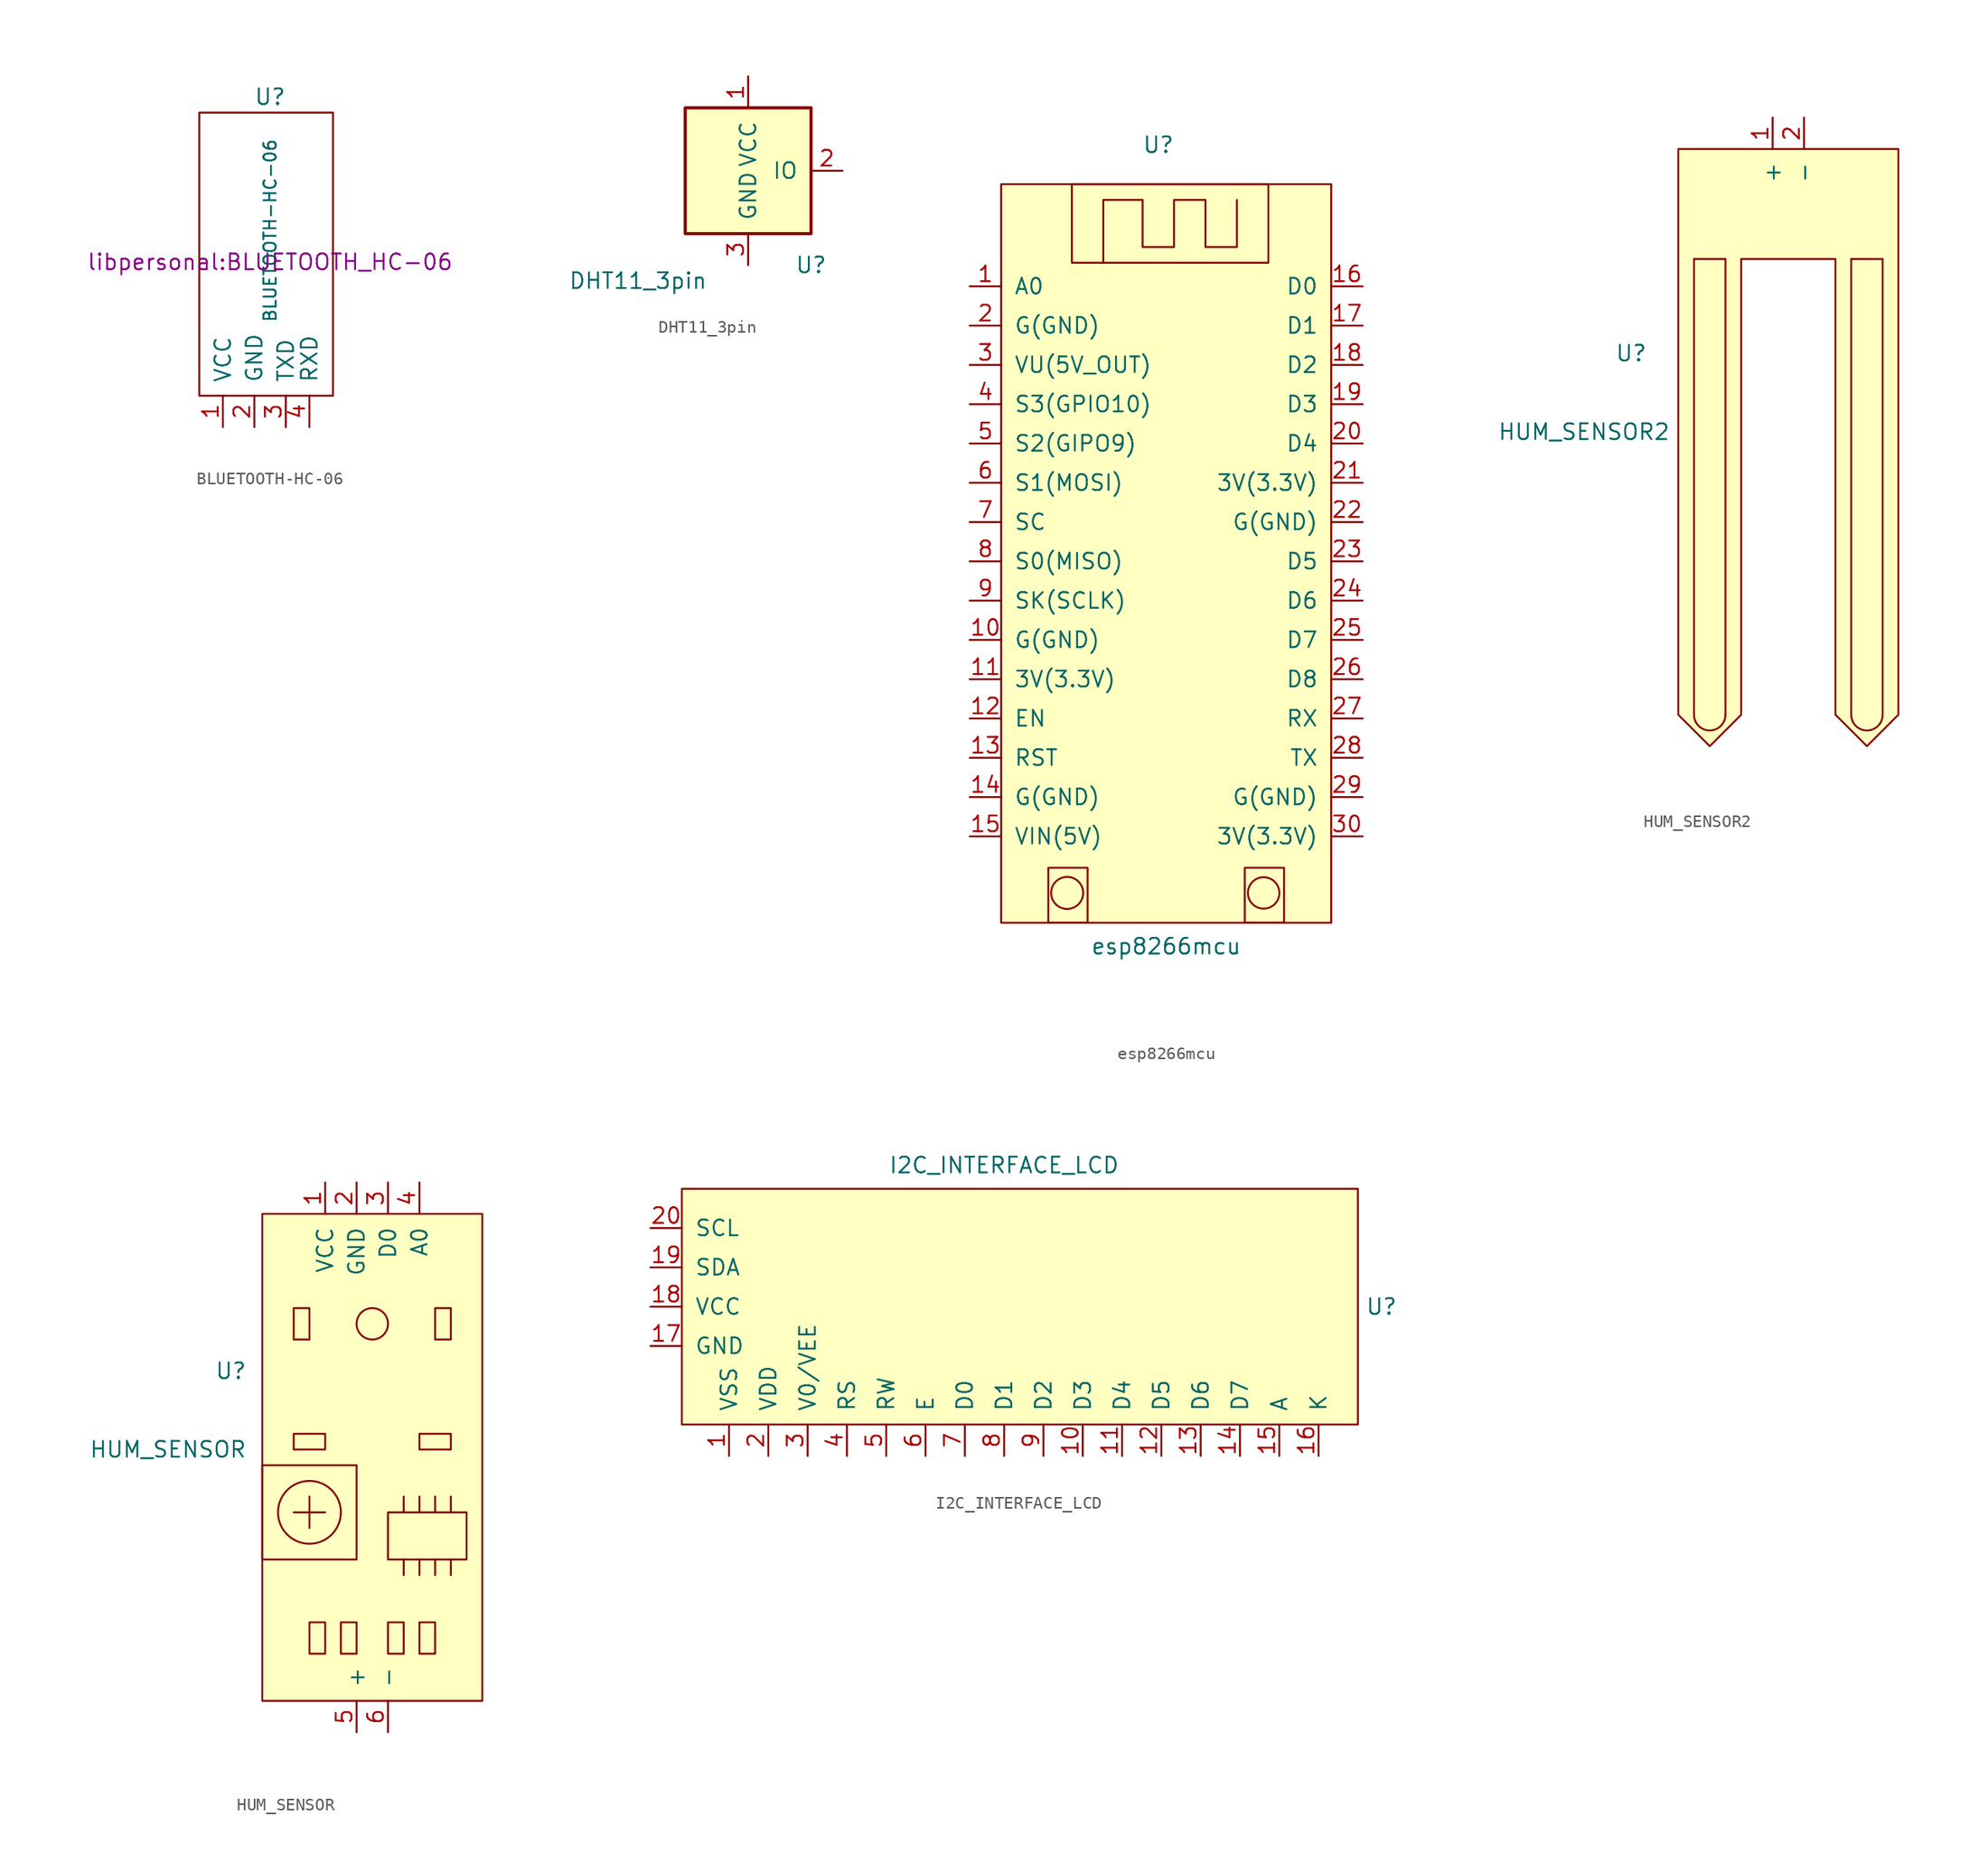
<source format=kicad_sym>
(kicad_symbol_lib
  (version 20211014)
  (generator kicad_symbol_editor)
  (symbol "BLUETOOTH-HC-06"
    (pin_names
      (offset 1.016))
    (property "Reference" "U"
      (at 0 13.335 0)
      (effects (font (size 1.27 1.27))))
    (property "Value" "BLUETOOTH-HC-06"
      (at 0 2.54 90)
      (effects (font (size 0.991 0.991))))
    (property "Footprint" "libpersonal:BLUETOOTH_HC-06"
      (at 0 0 0)
      (effects (font (size 1.27 1.27))))
    (symbol "BLUETOOTH-HC-06_0_1"
      (rectangle (start -5.715 -10.795) (end 5.08 12.065) (stroke (width 0) (type default) (color 0 0 0 0)) (fill (type none))))
    (symbol "BLUETOOTH-HC-06_1_1"
      (pin power_in line (at -3.81 -13.335 90) (length 2.54) (name "VCC" (effects (font (size 1.27 1.27)))) (number "1" (effects (font (size 1.27 1.27)))))
      (pin power_in line (at -1.27 -13.335 90) (length 2.54) (name "GND" (effects (font (size 1.27 1.27)))) (number "2" (effects (font (size 1.27 1.27)))))
      (pin output line (at 1.27 -13.335 90) (length 2.54) (name "TXD" (effects (font (size 1.27 1.27)))) (number "3" (effects (font (size 1.27 1.27)))))
      (pin input line (at 3.175 -13.335 90) (length 2.54) (name "RXD" (effects (font (size 1.27 1.27)))) (number "4" (effects (font (size 1.27 1.27)))))))
  (symbol "DHT11_3pin"
    (pin_names
      (offset 1.016))
    (property "Reference" "U"
      (at 5.08 -7.62 0)
      (effects (font (size 1.27 1.27))))
    (property "Value" "DHT11_3pin"
      (at -8.89 -8.89 0)
      (effects (font (size 1.27 1.27))))
    (symbol "DHT11_3pin_1_1"
      (rectangle (start -5.08 5.08) (end 5.08 -5.08) (stroke (width 0.254) (type default) (color 0 0 0 0)) (fill (type background)))
      (pin power_in line (at 0 7.62 270) (length 2.54) (name "VCC" (effects (font (size 1.27 1.27)))) (number "1" (effects (font (size 1.27 1.27)))))
      (pin bidirectional line (at 7.62 0 180) (length 2.54) (name "IO" (effects (font (size 1.27 1.27)))) (number "2" (effects (font (size 1.27 1.27)))))
      (pin power_in line (at 0 -7.62 90) (length 2.54) (name "GND" (effects (font (size 1.27 1.27)))) (number "3" (effects (font (size 1.27 1.27)))))))
  (symbol "esp8266mcu"
    (pin_names
      (offset 1.016))
    (property "Reference" "U"
      (at 12.7 20.32 0)
      (effects (font (size 1.27 1.27))))
    (property "Value" "esp8266mcu"
      (at 13.335 -44.45 0)
      (effects (font (size 1.27 1.27))))
    (symbol "esp8266mcu_0_1"
      (polyline (pts (xy 8.255 10.795) (xy 8.255 15.875) (xy 11.43 15.875) (xy 11.43 12.065) (xy 13.97 12.065) (xy 13.97 15.875) (xy 16.51 15.875) (xy 16.51 12.065) (xy 19.05 12.065) (xy 19.05 15.875)) (stroke (width 0) (type default) (color 0 0 0 0)) (fill (type none)))
      (rectangle (start 0 17.145) (end 26.67 -42.545) (stroke (width 0) (type default) (color 0 0 0 0)) (fill (type background)))
      (rectangle (start 3.81 -38.1) (end 6.985 -42.545) (stroke (width 0) (type default) (color 0 0 0 0)) (fill (type none)))
      (circle (center 5.334 -40.132) (radius 1.295) (stroke (width 0) (type default) (color 0 0 0 0)) (fill (type none)))
      (rectangle (start 5.715 17.145) (end 21.59 10.795) (stroke (width 0) (type default) (color 0 0 0 0)) (fill (type none)))
      (circle (center 21.209 -40.132) (radius 1.27) (stroke (width 0) (type default) (color 0 0 0 0)) (fill (type none)))
      (rectangle (start 22.86 -38.1) (end 19.685 -42.545) (stroke (width 0) (type default) (color 0 0 0 0)) (fill (type none))))
    (symbol "esp8266mcu_1_1"
      (pin input line (at -2.54 8.89 0) (length 2.54) (name "A0" (effects (font (size 1.27 1.27)))) (number "1" (effects (font (size 1.27 1.27)))))
      (pin power_out line (at -2.54 -19.685 0) (length 2.54) (name "G(GND)" (effects (font (size 1.27 1.27)))) (number "10" (effects (font (size 1.27 1.27)))))
      (pin power_out line (at -2.54 -22.86 0) (length 2.54) (name "3V(3.3V)" (effects (font (size 1.27 1.27)))) (number "11" (effects (font (size 1.27 1.27)))))
      (pin bidirectional line (at -2.54 -26.035 0) (length 2.54) (name "EN" (effects (font (size 1.27 1.27)))) (number "12" (effects (font (size 1.27 1.27)))))
      (pin bidirectional line (at -2.54 -29.21 0) (length 2.54) (name "RST" (effects (font (size 1.27 1.27)))) (number "13" (effects (font (size 1.27 1.27)))))
      (pin power_out line (at -2.54 -32.385 0) (length 2.54) (name "G(GND)" (effects (font (size 1.27 1.27)))) (number "14" (effects (font (size 1.27 1.27)))))
      (pin power_in line (at -2.54 -35.56 0) (length 2.54) (name "VIN(5V)" (effects (font (size 1.27 1.27)))) (number "15" (effects (font (size 1.27 1.27)))))
      (pin bidirectional line (at 29.21 8.89 180) (length 2.54) (name "D0" (effects (font (size 1.27 1.27)))) (number "16" (effects (font (size 1.27 1.27)))))
      (pin bidirectional line (at 29.21 5.715 180) (length 2.54) (name "D1" (effects (font (size 1.27 1.27)))) (number "17" (effects (font (size 1.27 1.27)))))
      (pin bidirectional line (at 29.21 2.54 180) (length 2.54) (name "D2" (effects (font (size 1.27 1.27)))) (number "18" (effects (font (size 1.27 1.27)))))
      (pin bidirectional line (at 29.21 -0.635 180) (length 2.54) (name "D3" (effects (font (size 1.27 1.27)))) (number "19" (effects (font (size 1.27 1.27)))))
      (pin power_out line (at -2.54 5.715 0) (length 2.54) (name "G(GND)" (effects (font (size 1.27 1.27)))) (number "2" (effects (font (size 1.27 1.27)))))
      (pin bidirectional line (at 29.21 -3.81 180) (length 2.54) (name "D4" (effects (font (size 1.27 1.27)))) (number "20" (effects (font (size 1.27 1.27)))))
      (pin power_out line (at 29.21 -6.985 180) (length 2.54) (name "3V(3.3V)" (effects (font (size 1.27 1.27)))) (number "21" (effects (font (size 1.27 1.27)))))
      (pin power_out line (at 29.21 -10.16 180) (length 2.54) (name "G(GND)" (effects (font (size 1.27 1.27)))) (number "22" (effects (font (size 1.27 1.27)))))
      (pin bidirectional line (at 29.21 -13.335 180) (length 2.54) (name "D5" (effects (font (size 1.27 1.27)))) (number "23" (effects (font (size 1.27 1.27)))))
      (pin bidirectional line (at 29.21 -16.51 180) (length 2.54) (name "D6" (effects (font (size 1.27 1.27)))) (number "24" (effects (font (size 1.27 1.27)))))
      (pin bidirectional line (at 29.21 -19.685 180) (length 2.54) (name "D7" (effects (font (size 1.27 1.27)))) (number "25" (effects (font (size 1.27 1.27)))))
      (pin bidirectional line (at 29.21 -22.86 180) (length 2.54) (name "D8" (effects (font (size 1.27 1.27)))) (number "26" (effects (font (size 1.27 1.27)))))
      (pin bidirectional line (at 29.21 -26.035 180) (length 2.54) (name "RX" (effects (font (size 1.27 1.27)))) (number "27" (effects (font (size 1.27 1.27)))))
      (pin bidirectional line (at 29.21 -29.21 180) (length 2.54) (name "TX" (effects (font (size 1.27 1.27)))) (number "28" (effects (font (size 1.27 1.27)))))
      (pin bidirectional line (at 29.21 -32.385 180) (length 2.54) (name "G(GND)" (effects (font (size 1.27 1.27)))) (number "29" (effects (font (size 1.27 1.27)))))
      (pin power_out line (at -2.54 2.54 0) (length 2.54) (name "VU(5V_OUT)" (effects (font (size 1.27 1.27)))) (number "3" (effects (font (size 1.27 1.27)))))
      (pin bidirectional line (at 29.21 -35.56 180) (length 2.54) (name "3V(3.3V)" (effects (font (size 1.27 1.27)))) (number "30" (effects (font (size 1.27 1.27)))))
      (pin bidirectional line (at -2.54 -0.635 0) (length 2.54) (name "S3(GPIO10)" (effects (font (size 1.27 1.27)))) (number "4" (effects (font (size 1.27 1.27)))))
      (pin bidirectional line (at -2.54 -3.81 0) (length 2.54) (name "S2(GIPO9)" (effects (font (size 1.27 1.27)))) (number "5" (effects (font (size 1.27 1.27)))))
      (pin bidirectional line (at -2.54 -6.985 0) (length 2.54) (name "S1(MOSI)" (effects (font (size 1.27 1.27)))) (number "6" (effects (font (size 1.27 1.27)))))
      (pin bidirectional line (at -2.54 -10.16 0) (length 2.54) (name "SC" (effects (font (size 1.27 1.27)))) (number "7" (effects (font (size 1.27 1.27)))))
      (pin bidirectional line (at -2.54 -13.335 0) (length 2.54) (name "S0(MISO)" (effects (font (size 1.27 1.27)))) (number "8" (effects (font (size 1.27 1.27)))))
      (pin bidirectional line (at -2.54 -16.51 0) (length 2.54) (name "SK(SCLK)" (effects (font (size 1.27 1.27)))) (number "9" (effects (font (size 1.27 1.27)))))))
  (symbol "HUM_SENSOR2"
    (pin_names
      (offset 1.016))
    (property "Reference" "U"
      (at -12.7 2.54 0)
      (effects (font (size 1.27 1.27))))
    (property "Value" "HUM_SENSOR2"
      (at -16.51 -3.81 0)
      (effects (font (size 1.27 1.27))))
    (symbol "HUM_SENSOR2_0_1"
      (arc (start -7.62 -26.67) (mid -6.35 -27.94) (end -5.08 -26.67) (stroke (width 0) (type default) (color 0 0 0 0)) (fill (type none)))
      (polyline (pts (xy -7.62 10.16) (xy -7.62 -26.67)) (stroke (width 0) (type default) (color 0 0 0 0)) (fill (type none)))
      (polyline (pts (xy -7.62 10.16) (xy -5.08 10.16) (xy -5.08 -26.67)) (stroke (width 0) (type default) (color 0 0 0 0)) (fill (type none)))
      (polyline (pts (xy -8.89 19.05) (xy 8.89 19.05) (xy 8.89 -26.67) (xy 6.35 -29.21) (xy 3.81 -26.67) (xy 3.81 10.16) (xy -3.81 10.16) (xy -3.81 -26.67) (xy -6.35 -29.21) (xy -8.89 -26.67) (xy -8.89 19.05)) (stroke (width 0) (type default) (color 0 0 0 0)) (fill (type background))))
    (symbol "HUM_SENSOR2_1_1"
      (polyline (pts (xy 5.08 10.16) (xy 5.08 -26.67)) (stroke (width 0) (type default) (color 0 0 0 0)) (fill (type none)))
      (polyline (pts (xy 5.08 10.16) (xy 7.62 10.16) (xy 7.62 -26.67)) (stroke (width 0) (type default) (color 0 0 0 0)) (fill (type none)))
      (arc (start 5.08 -26.67) (mid 6.35 -27.94) (end 7.62 -26.67) (stroke (width 0) (type default) (color 0 0 0 0)) (fill (type none)))
      (pin output line (at -1.27 21.59 270) (length 2.54) (name "+" (effects (font (size 1.27 1.27)))) (number "1" (effects (font (size 1.27 1.27)))))
      (pin output line (at 1.27 21.59 270) (length 2.54) (name "-" (effects (font (size 1.27 1.27)))) (number "2" (effects (font (size 1.27 1.27)))))))
  (symbol "HUM_SENSOR"
    (pin_names
      (offset 1.016))
    (property "Reference" "U"
      (at -11.43 2.54 0)
      (effects (font (size 1.27 1.27))))
    (property "Value" "HUM_SENSOR"
      (at -16.51 -3.81 0)
      (effects (font (size 1.27 1.27))))
    (symbol "HUM_SENSOR_0_1"
      (rectangle (start -8.89 -5.08) (end -1.27 -12.7) (stroke (width 0) (type default) (color 0 0 0 0)) (fill (type none)))
      (rectangle (start -8.89 15.24) (end 8.89 -24.13) (stroke (width 0) (type default) (color 0 0 0 0)) (fill (type background)))
      (rectangle (start -6.35 -2.54) (end -3.81 -3.81) (stroke (width 0) (type default) (color 0 0 0 0)) (fill (type none)))
      (rectangle (start -6.35 7.62) (end -5.08 5.08) (stroke (width 0) (type default) (color 0 0 0 0)) (fill (type none)))
      (rectangle (start -5.08 -17.78) (end -3.81 -20.32) (stroke (width 0) (type default) (color 0 0 0 0)) (fill (type none)))
      (circle (center -5.08 -8.89) (radius 2.54) (stroke (width 0) (type default) (color 0 0 0 0)) (fill (type none)))
      (rectangle (start -2.54 -17.78) (end -1.27 -20.32) (stroke (width 0) (type default) (color 0 0 0 0)) (fill (type none)))
      (polyline (pts (xy -6.35 -8.89) (xy -3.81 -8.89)) (stroke (width 0) (type default) (color 0 0 0 0)) (fill (type none)))
      (polyline (pts (xy -5.08 -7.62) (xy -5.08 -10.16)) (stroke (width 0) (type default) (color 0 0 0 0)) (fill (type none)))
      (polyline (pts (xy 2.54 -12.7) (xy 2.54 -13.97)) (stroke (width 0) (type default) (color 0 0 0 0)) (fill (type none)))
      (polyline (pts (xy 2.54 -8.89) (xy 2.54 -7.62)) (stroke (width 0) (type default) (color 0 0 0 0)) (fill (type none)))
      (polyline (pts (xy 3.81 -12.7) (xy 3.81 -13.97)) (stroke (width 0) (type default) (color 0 0 0 0)) (fill (type none)))
      (polyline (pts (xy 3.81 -8.89) (xy 3.81 -7.62)) (stroke (width 0) (type default) (color 0 0 0 0)) (fill (type none)))
      (polyline (pts (xy 5.08 -12.7) (xy 5.08 -13.97)) (stroke (width 0) (type default) (color 0 0 0 0)) (fill (type none)))
      (polyline (pts (xy 5.08 -8.89) (xy 5.08 -7.62)) (stroke (width 0) (type default) (color 0 0 0 0)) (fill (type none)))
      (polyline (pts (xy 6.35 -12.7) (xy 6.35 -13.97)) (stroke (width 0) (type default) (color 0 0 0 0)) (fill (type none)))
      (polyline (pts (xy 6.35 -8.89) (xy 6.35 -7.62)) (stroke (width 0) (type default) (color 0 0 0 0)) (fill (type none)))
      (circle (center 0 6.35) (radius 1.27) (stroke (width 0) (type default) (color 0 0 0 0)) (fill (type none)))
      (rectangle (start 1.27 -17.78) (end 2.54 -20.32) (stroke (width 0) (type default) (color 0 0 0 0)) (fill (type none)))
      (rectangle (start 1.27 -8.89) (end 7.62 -12.7) (stroke (width 0) (type default) (color 0 0 0 0)) (fill (type none)))
      (rectangle (start 3.81 -17.78) (end 5.08 -20.32) (stroke (width 0) (type default) (color 0 0 0 0)) (fill (type none)))
      (rectangle (start 3.81 -2.54) (end 6.35 -3.81) (stroke (width 0) (type default) (color 0 0 0 0)) (fill (type none)))
      (rectangle (start 5.08 7.62) (end 6.35 5.08) (stroke (width 0) (type default) (color 0 0 0 0)) (fill (type none))))
    (symbol "HUM_SENSOR_1_1"
      (pin input line (at -3.81 17.78 270) (length 2.54) (name "VCC" (effects (font (size 1.27 1.27)))) (number "1" (effects (font (size 1.27 1.27)))))
      (pin input line (at -1.27 17.78 270) (length 2.54) (name "GND" (effects (font (size 1.27 1.27)))) (number "2" (effects (font (size 1.27 1.27)))))
      (pin output line (at 1.27 17.78 270) (length 2.54) (name "D0" (effects (font (size 1.27 1.27)))) (number "3" (effects (font (size 1.27 1.27)))))
      (pin output line (at 3.81 17.78 270) (length 2.54) (name "A0" (effects (font (size 1.27 1.27)))) (number "4" (effects (font (size 1.27 1.27)))))
      (pin input line (at -1.27 -26.67 90) (length 2.54) (name "+" (effects (font (size 1.27 1.27)))) (number "5" (effects (font (size 1.27 1.27)))))
      (pin input line (at 1.27 -26.67 90) (length 2.54) (name "-" (effects (font (size 1.27 1.27)))) (number "6" (effects (font (size 1.27 1.27)))))))
  (symbol "I2C_INTERFACE_LCD"
    (pin_names
      (offset 1.016))
    (property "Reference" "U"
      (at 30.48 9.525 0)
      (effects (font (size 1.27 1.27))))
    (property "Value" "I2C_INTERFACE_LCD"
      (at 0 20.955 0)
      (effects (font (size 1.27 1.27))))
    (symbol "I2C_INTERFACE_LCD_0_1"
      (rectangle (start 28.575 0) (end -26.035 19.05) (stroke (width 0) (type default) (color 0 0 0 0)) (fill (type background))))
    (symbol "I2C_INTERFACE_LCD_1_1"
      (pin power_in line (at -22.225 -2.54 90) (length 2.54) (name "VSS" (effects (font (size 1.27 1.27)))) (number "1" (effects (font (size 1.27 1.27)))))
      (pin bidirectional line (at 6.35 -2.54 90) (length 2.54) (name "D3" (effects (font (size 1.27 1.27)))) (number "10" (effects (font (size 1.27 1.27)))))
      (pin bidirectional line (at 9.525 -2.54 90) (length 2.54) (name "D4" (effects (font (size 1.27 1.27)))) (number "11" (effects (font (size 1.27 1.27)))))
      (pin bidirectional line (at 12.7 -2.54 90) (length 2.54) (name "D5" (effects (font (size 1.27 1.27)))) (number "12" (effects (font (size 1.27 1.27)))))
      (pin bidirectional line (at 15.875 -2.54 90) (length 2.54) (name "D6" (effects (font (size 1.27 1.27)))) (number "13" (effects (font (size 1.27 1.27)))))
      (pin bidirectional line (at 19.05 -2.54 90) (length 2.54) (name "D7" (effects (font (size 1.27 1.27)))) (number "14" (effects (font (size 1.27 1.27)))))
      (pin power_in line (at 22.225 -2.54 90) (length 2.54) (name "A" (effects (font (size 1.27 1.27)))) (number "15" (effects (font (size 1.27 1.27)))))
      (pin power_in line (at 25.4 -2.54 90) (length 2.54) (name "K" (effects (font (size 1.27 1.27)))) (number "16" (effects (font (size 1.27 1.27)))))
      (pin power_in line (at -28.575 6.35 0) (length 2.54) (name "GND" (effects (font (size 1.27 1.27)))) (number "17" (effects (font (size 1.27 1.27)))))
      (pin power_in line (at -28.575 9.525 0) (length 2.54) (name "VCC" (effects (font (size 1.27 1.27)))) (number "18" (effects (font (size 1.27 1.27)))))
      (pin bidirectional line (at -28.575 12.7 0) (length 2.54) (name "SDA" (effects (font (size 1.27 1.27)))) (number "19" (effects (font (size 1.27 1.27)))))
      (pin power_in line (at -19.05 -2.54 90) (length 2.54) (name "VDD" (effects (font (size 1.27 1.27)))) (number "2" (effects (font (size 1.27 1.27)))))
      (pin bidirectional line (at -28.575 15.875 0) (length 2.54) (name "SCL" (effects (font (size 1.27 1.27)))) (number "20" (effects (font (size 1.27 1.27)))))
      (pin power_in line (at -15.875 -2.54 90) (length 2.54) (name "V0/VEE" (effects (font (size 1.27 1.27)))) (number "3" (effects (font (size 1.27 1.27)))))
      (pin bidirectional line (at -12.7 -2.54 90) (length 2.54) (name "RS" (effects (font (size 1.27 1.27)))) (number "4" (effects (font (size 1.27 1.27)))))
      (pin power_in line (at -9.525 -2.54 90) (length 2.54) (name "RW" (effects (font (size 1.27 1.27)))) (number "5" (effects (font (size 1.27 1.27)))))
      (pin bidirectional line (at -6.35 -2.54 90) (length 2.54) (name "E" (effects (font (size 1.27 1.27)))) (number "6" (effects (font (size 1.27 1.27)))))
      (pin bidirectional line (at -3.175 -2.54 90) (length 2.54) (name "D0" (effects (font (size 1.27 1.27)))) (number "7" (effects (font (size 1.27 1.27)))))
      (pin bidirectional line (at 0 -2.54 90) (length 2.54) (name "D1" (effects (font (size 1.27 1.27)))) (number "8" (effects (font (size 1.27 1.27)))))
      (pin bidirectional line (at 3.175 -2.54 90) (length 2.54) (name "D2" (effects (font (size 1.27 1.27)))) (number "9" (effects (font (size 1.27 1.27))))))))
</source>
